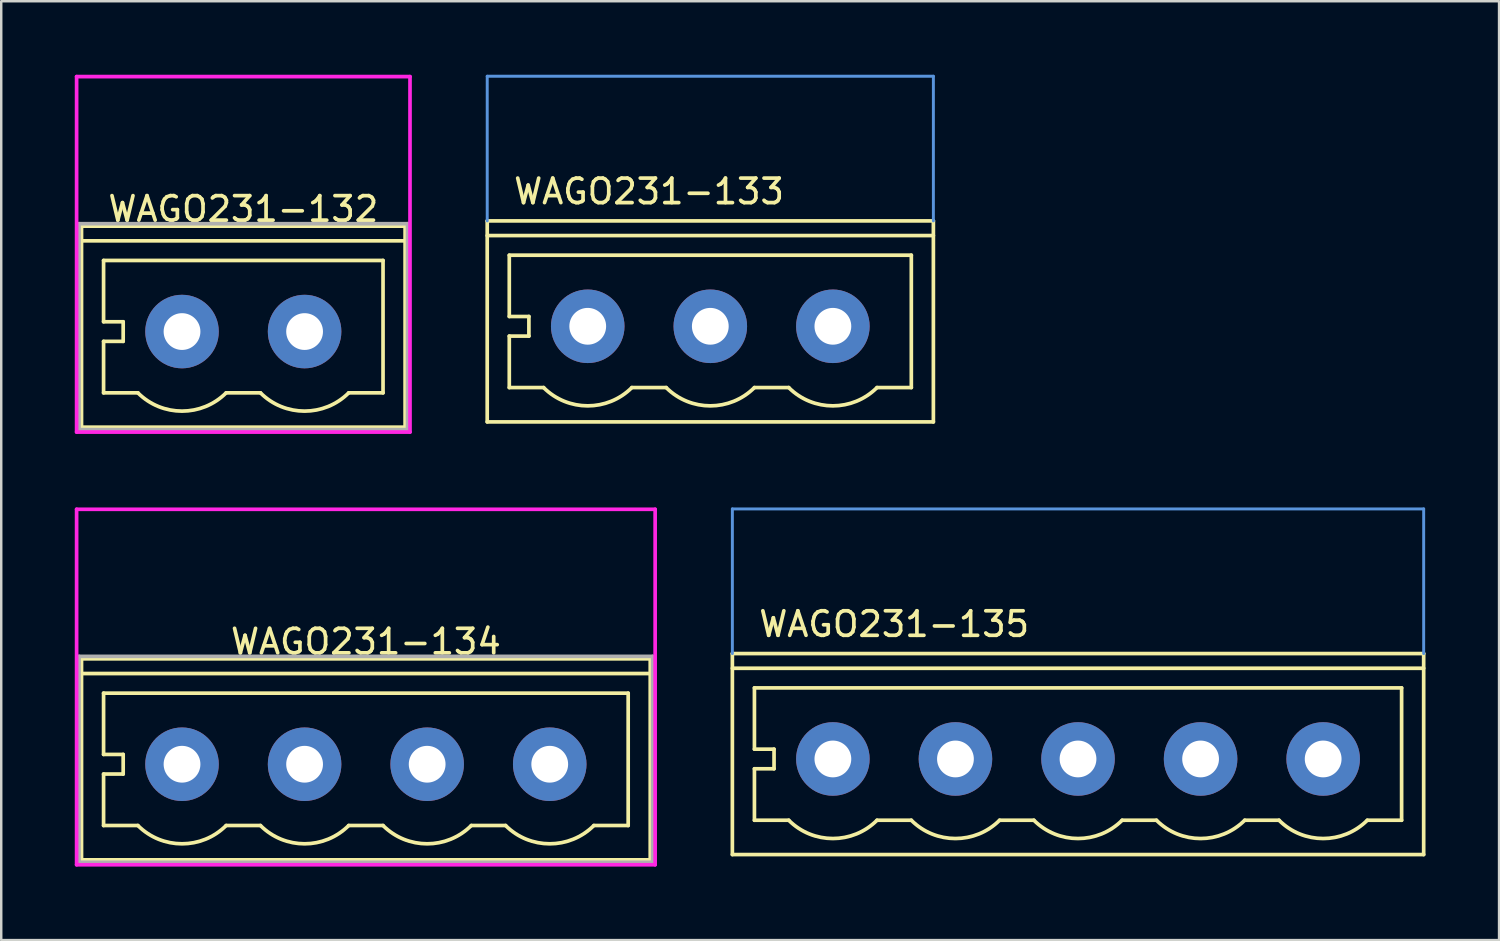
<source format=kicad_pcb>
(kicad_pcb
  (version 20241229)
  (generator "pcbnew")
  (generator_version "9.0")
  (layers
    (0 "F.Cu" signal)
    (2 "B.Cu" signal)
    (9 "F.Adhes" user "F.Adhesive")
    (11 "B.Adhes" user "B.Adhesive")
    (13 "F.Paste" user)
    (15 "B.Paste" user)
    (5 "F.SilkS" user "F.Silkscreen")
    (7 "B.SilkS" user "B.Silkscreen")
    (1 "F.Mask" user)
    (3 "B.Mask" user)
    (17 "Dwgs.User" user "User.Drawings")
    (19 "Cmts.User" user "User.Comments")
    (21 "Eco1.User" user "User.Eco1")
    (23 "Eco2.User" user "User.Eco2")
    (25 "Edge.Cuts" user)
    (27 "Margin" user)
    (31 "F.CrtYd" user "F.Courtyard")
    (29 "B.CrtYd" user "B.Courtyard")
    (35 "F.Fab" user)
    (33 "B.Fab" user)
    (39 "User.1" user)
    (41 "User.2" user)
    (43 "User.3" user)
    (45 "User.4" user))
  (footprint "WAGO231-134"
    (layer "F.Cu")
    (at 4.375 28.125)
    (property "Reference" "WAGO231-134" (at 7.5 -5 0) (layer "F.SilkS") (effects (font (size 1 1) (thickness 0.15))))
    (attr through_hole)
    (fp_line (start -4.1 -4.3) (end -4.1 3.9) (stroke (width 0.15) (type solid)) (layer "F.SilkS"))
    (fp_line (start -4.1 -4.3) (end 19.1 -4.3) (stroke (width 0.15) (type solid)) (layer "F.SilkS"))
    (fp_line (start -3.2 -2.9) (end 18.2 -2.9) (stroke (width 0.15) (type solid)) (layer "F.SilkS"))
    (fp_line (start -3.2 -0.4) (end -3.2 -2.9) (stroke (width 0.15) (type solid)) (layer "F.SilkS"))
    (fp_line (start -3.2 -0.4) (end -2.4 -0.4) (stroke (width 0.15) (type solid)) (layer "F.SilkS"))
    (fp_line (start -3.2 0.4) (end -3.2 2.5) (stroke (width 0.15) (type solid)) (layer "F.SilkS"))
    (fp_line (start -3.2 2.5) (end -1.8 2.5) (stroke (width 0.15) (type solid)) (layer "F.SilkS"))
    (fp_line (start -2.4 0.4) (end -3.2 0.4) (stroke (width 0.15) (type solid)) (layer "F.SilkS"))
    (fp_line (start -2.4 0.4) (end -2.4 -0.4) (stroke (width 0.15) (type solid)) (layer "F.SilkS"))
    (fp_line (start 1.8 2.5) (end 3.2 2.5) (stroke (width 0.15) (type solid)) (layer "F.SilkS"))
    (fp_line (start 6.8 2.5) (end 8.2 2.5) (stroke (width 0.15) (type solid)) (layer "F.SilkS"))
    (fp_line (start 11.8 2.5) (end 13.2 2.5) (stroke (width 0.15) (type solid)) (layer "F.SilkS"))
    (fp_line (start 16.8 2.5) (end 18.2 2.5) (stroke (width 0.15) (type solid)) (layer "F.SilkS"))
    (fp_line (start 18.2 2.5) (end 18.2 -2.9) (stroke (width 0.15) (type solid)) (layer "F.SilkS"))
    (fp_line (start 19.1 -3.7) (end -4.1 -3.7) (stroke (width 0.15) (type solid)) (layer "F.SilkS"))
    (fp_line (start 19.1 3.9) (end -4.1 3.9) (stroke (width 0.15) (type solid)) (layer "F.SilkS"))
    (fp_line (start 19.1 3.9) (end 19.1 -4.3) (stroke (width 0.15) (type solid)) (layer "F.SilkS"))
    (fp_arc (start 1.8 2.5) (mid 0 3.245584) (end -1.8 2.5) (stroke (width 0.15) (type solid)) (layer "F.SilkS"))
    (fp_arc (start 6.8 2.5) (mid 5 3.245584) (end 3.2 2.5) (stroke (width 0.15) (type solid)) (layer "F.SilkS"))
    (fp_arc (start 11.8 2.5) (mid 10 3.245584) (end 8.2 2.5) (stroke (width 0.15) (type solid)) (layer "F.SilkS"))
    (fp_arc (start 16.8 2.5) (mid 15 3.245584) (end 13.2 2.5) (stroke (width 0.15) (type solid)) (layer "F.SilkS"))
    (fp_line (start -4.3 -10.4) (end 19.3 -10.4) (stroke (width 0.15) (type solid)) (layer "F.CrtYd"))
    (fp_line (start -4.3 4.1) (end -4.3 -10.4) (stroke (width 0.15) (type solid)) (layer "F.CrtYd"))
    (fp_line (start 19.3 -10.4) (end 19.3 4.1) (stroke (width 0.15) (type solid)) (layer "F.CrtYd"))
    (fp_line (start 19.3 4.1) (end -4.3 4.1) (stroke (width 0.15) (type solid)) (layer "F.CrtYd"))
    (fp_line (start -4.2 -4.4) (end 19.2 -4.4) (stroke (width 0.15) (type solid)) (layer "F.Fab"))
    (fp_line (start -4.2 4) (end -4.2 -4.4) (stroke (width 0.15) (type solid)) (layer "F.Fab"))
    (fp_line (start 19.2 -4.4) (end 19.2 4) (stroke (width 0.15) (type solid)) (layer "F.Fab"))
    (fp_line (start 19.2 4) (end -4.2 4) (stroke (width 0.15) (type solid)) (layer "F.Fab"))
    (pad "1" thru_hole circle (at 0 0) (size 3 3) (drill 1.5) (layers "*.Cu" "*.Mask"))
    (pad "2" thru_hole circle (at 5 0) (size 3 3) (drill 1.5) (layers "*.Cu" "*.Mask"))
    (pad "3" thru_hole circle (at 10 0) (size 3 3) (drill 1.5) (layers "*.Cu" "*.Mask"))
    (pad "4" thru_hole circle (at 15 0) (size 3 3) (drill 1.5) (layers "*.Cu" "*.Mask")))
  (footprint "WAGO231-135"
    (layer "F.Cu")
    (at 30.925 27.91)
    (property "Reference" "WAGO231-135" (at 2.5 -5.5 0) (layer "F.SilkS") (effects (font (size 1 1) (thickness 0.15))))
    (attr through_hole)
    (fp_line (start -4.1 -4.3) (end -4.1 3.9) (stroke (width 0.15) (type solid)) (layer "F.SilkS"))
    (fp_line (start -4.1 -4.3) (end 24.1 -4.3) (stroke (width 0.15) (type solid)) (layer "F.SilkS"))
    (fp_line (start -3.2 -2.9) (end 23.2 -2.9) (stroke (width 0.15) (type solid)) (layer "F.SilkS"))
    (fp_line (start -3.2 -0.4) (end -3.2 -2.9) (stroke (width 0.15) (type solid)) (layer "F.SilkS"))
    (fp_line (start -3.2 -0.4) (end -2.4 -0.4) (stroke (width 0.15) (type solid)) (layer "F.SilkS"))
    (fp_line (start -3.2 0.4) (end -3.2 2.5) (stroke (width 0.15) (type solid)) (layer "F.SilkS"))
    (fp_line (start -3.2 2.5) (end -1.8 2.5) (stroke (width 0.15) (type solid)) (layer "F.SilkS"))
    (fp_line (start -2.4 0.4) (end -3.2 0.4) (stroke (width 0.15) (type solid)) (layer "F.SilkS"))
    (fp_line (start -2.4 0.4) (end -2.4 -0.4) (stroke (width 0.15) (type solid)) (layer "F.SilkS"))
    (fp_line (start 1.8 2.5) (end 3.2 2.5) (stroke (width 0.15) (type solid)) (layer "F.SilkS"))
    (fp_line (start 6.8 2.5) (end 8.2 2.5) (stroke (width 0.15) (type solid)) (layer "F.SilkS"))
    (fp_line (start 11.8 2.5) (end 13.2 2.5) (stroke (width 0.15) (type solid)) (layer "F.SilkS"))
    (fp_line (start 16.8 2.5) (end 18.2 2.5) (stroke (width 0.15) (type solid)) (layer "F.SilkS"))
    (fp_line (start 21.8 2.5) (end 23.2 2.5) (stroke (width 0.15) (type solid)) (layer "F.SilkS"))
    (fp_line (start 23.2 2.5) (end 23.2 -2.9) (stroke (width 0.15) (type solid)) (layer "F.SilkS"))
    (fp_line (start 24.1 -3.7) (end -4.1 -3.7) (stroke (width 0.15) (type solid)) (layer "F.SilkS"))
    (fp_line (start 24.1 3.9) (end -4.1 3.9) (stroke (width 0.15) (type solid)) (layer "F.SilkS"))
    (fp_line (start 24.1 3.9) (end 24.1 -4.3) (stroke (width 0.15) (type solid)) (layer "F.SilkS"))
    (fp_arc (start 1.8 2.5) (mid 0 3.245584) (end -1.8 2.5) (stroke (width 0.15) (type solid)) (layer "F.SilkS"))
    (fp_arc (start 6.8 2.5) (mid 5 3.245584) (end 3.2 2.5) (stroke (width 0.15) (type solid)) (layer "F.SilkS"))
    (fp_arc (start 11.8 2.5) (mid 10 3.245584) (end 8.2 2.5) (stroke (width 0.15) (type solid)) (layer "F.SilkS"))
    (fp_arc (start 16.8 2.5) (mid 15 3.245584) (end 13.2 2.5) (stroke (width 0.15) (type solid)) (layer "F.SilkS"))
    (fp_arc (start 21.8 2.5) (mid 20 3.245584) (end 18.2 2.5) (stroke (width 0.15) (type solid)) (layer "F.SilkS"))
    (fp_line (start -4.1 -4.3) (end -4.1 -10.2) (stroke (width 0.12) (type solid)) (layer "Cmts.User"))
    (fp_line (start 24.1 -10.2) (end -4.1 -10.2) (stroke (width 0.12) (type solid)) (layer "Cmts.User"))
    (fp_line (start 24.1 -4.3) (end 24.1 -10.2) (stroke (width 0.12) (type solid)) (layer "Cmts.User"))
    (pad "1" thru_hole circle (at 0 0) (size 3 3) (drill 1.5) (layers "*.Cu" "*.Mask"))
    (pad "2" thru_hole circle (at 5 0) (size 3 3) (drill 1.5) (layers "*.Cu" "*.Mask"))
    (pad "3" thru_hole circle (at 10 0) (size 3 3) (drill 1.5) (layers "*.Cu" "*.Mask"))
    (pad "4" thru_hole circle (at 15 0) (size 3 3) (drill 1.5) (layers "*.Cu" "*.Mask"))
    (pad "5" thru_hole circle (at 20 0) (size 3 3) (drill 1.5) (layers "*.Cu" "*.Mask")))
  (footprint "WAGO231-133"
    (layer "F.Cu")
    (at 20.925 10.26)
    (property "Reference" "WAGO231-133" (at 2.5 -5.5 0) (layer "F.SilkS") (effects (font (size 1 1) (thickness 0.15))))
    (attr through_hole)
    (fp_line (start -4.1 -4.3) (end -4.1 3.9) (stroke (width 0.15) (type solid)) (layer "F.SilkS"))
    (fp_line (start -4.1 -4.3) (end 14.1 -4.3) (stroke (width 0.15) (type solid)) (layer "F.SilkS"))
    (fp_line (start -3.2 -2.9) (end 13.2 -2.9) (stroke (width 0.15) (type solid)) (layer "F.SilkS"))
    (fp_line (start -3.2 -0.4) (end -3.2 -2.9) (stroke (width 0.15) (type solid)) (layer "F.SilkS"))
    (fp_line (start -3.2 -0.4) (end -2.4 -0.4) (stroke (width 0.15) (type solid)) (layer "F.SilkS"))
    (fp_line (start -3.2 0.4) (end -3.2 2.5) (stroke (width 0.15) (type solid)) (layer "F.SilkS"))
    (fp_line (start -3.2 2.5) (end -1.8 2.5) (stroke (width 0.15) (type solid)) (layer "F.SilkS"))
    (fp_line (start -2.4 0.4) (end -3.2 0.4) (stroke (width 0.15) (type solid)) (layer "F.SilkS"))
    (fp_line (start -2.4 0.4) (end -2.4 -0.4) (stroke (width 0.15) (type solid)) (layer "F.SilkS"))
    (fp_line (start 1.8 2.5) (end 3.2 2.5) (stroke (width 0.15) (type solid)) (layer "F.SilkS"))
    (fp_line (start 6.8 2.5) (end 8.2 2.5) (stroke (width 0.15) (type solid)) (layer "F.SilkS"))
    (fp_line (start 11.8 2.5) (end 13.2 2.5) (stroke (width 0.15) (type solid)) (layer "F.SilkS"))
    (fp_line (start 13.2 2.5) (end 13.2 -2.9) (stroke (width 0.15) (type solid)) (layer "F.SilkS"))
    (fp_line (start 14.1 -3.7) (end -4.1 -3.7) (stroke (width 0.15) (type solid)) (layer "F.SilkS"))
    (fp_line (start 14.1 3.9) (end -4.1 3.9) (stroke (width 0.15) (type solid)) (layer "F.SilkS"))
    (fp_line (start 14.1 3.9) (end 14.1 -4.3) (stroke (width 0.15) (type solid)) (layer "F.SilkS"))
    (fp_arc (start 1.8 2.5) (mid 0 3.245584) (end -1.8 2.5) (stroke (width 0.15) (type solid)) (layer "F.SilkS"))
    (fp_arc (start 6.8 2.5) (mid 5 3.245584) (end 3.2 2.5) (stroke (width 0.15) (type solid)) (layer "F.SilkS"))
    (fp_arc (start 11.8 2.5) (mid 10 3.245584) (end 8.2 2.5) (stroke (width 0.15) (type solid)) (layer "F.SilkS"))
    (fp_line (start -4.1 -10.2) (end 14.1 -10.2) (stroke (width 0.12) (type solid)) (layer "Cmts.User"))
    (fp_line (start -4.1 -4.3) (end -4.1 -10.2) (stroke (width 0.12) (type solid)) (layer "Cmts.User"))
    (fp_line (start 14.1 -10.2) (end 14.1 -4.3) (stroke (width 0.12) (type solid)) (layer "Cmts.User"))
    (pad "1" thru_hole circle (at 0 0) (size 3 3) (drill 1.5) (layers "*.Cu" "*.Mask"))
    (pad "2" thru_hole circle (at 5 0) (size 3 3) (drill 1.5) (layers "*.Cu" "*.Mask"))
    (pad "3" thru_hole circle (at 10 0) (size 3 3) (drill 1.5) (layers "*.Cu" "*.Mask")))
  (footprint "WAGO231-132"
    (layer "F.Cu")
    (at 4.375 10.475)
    (property "Reference" "WAGO231-132" (at 2.5 -5 0) (layer "F.SilkS") (effects (font (size 1 1) (thickness 0.15))))
    (attr through_hole)
    (fp_line (start -4.1 -4.3) (end -4.1 3.9) (stroke (width 0.15) (type solid)) (layer "F.SilkS"))
    (fp_line (start -4.1 -4.3) (end 9.1 -4.3) (stroke (width 0.15) (type solid)) (layer "F.SilkS"))
    (fp_line (start -3.2 -2.9) (end 8.2 -2.9) (stroke (width 0.15) (type solid)) (layer "F.SilkS"))
    (fp_line (start -3.2 -0.4) (end -3.2 -2.9) (stroke (width 0.15) (type solid)) (layer "F.SilkS"))
    (fp_line (start -3.2 -0.4) (end -2.4 -0.4) (stroke (width 0.15) (type solid)) (layer "F.SilkS"))
    (fp_line (start -3.2 0.4) (end -3.2 2.5) (stroke (width 0.15) (type solid)) (layer "F.SilkS"))
    (fp_line (start -3.2 2.5) (end -1.8 2.5) (stroke (width 0.15) (type solid)) (layer "F.SilkS"))
    (fp_line (start -2.4 0.4) (end -3.2 0.4) (stroke (width 0.15) (type solid)) (layer "F.SilkS"))
    (fp_line (start -2.4 0.4) (end -2.4 -0.4) (stroke (width 0.15) (type solid)) (layer "F.SilkS"))
    (fp_line (start 1.8 2.5) (end 3.2 2.5) (stroke (width 0.15) (type solid)) (layer "F.SilkS"))
    (fp_line (start 6.8 2.5) (end 8.2 2.5) (stroke (width 0.15) (type solid)) (layer "F.SilkS"))
    (fp_line (start 8.2 2.5) (end 8.2 -2.9) (stroke (width 0.15) (type solid)) (layer "F.SilkS"))
    (fp_line (start 9.1 -3.7) (end -4.1 -3.7) (stroke (width 0.15) (type solid)) (layer "F.SilkS"))
    (fp_line (start 9.1 3.9) (end -4.1 3.9) (stroke (width 0.15) (type solid)) (layer "F.SilkS"))
    (fp_line (start 9.1 3.9) (end 9.1 -4.3) (stroke (width 0.15) (type solid)) (layer "F.SilkS"))
    (fp_arc (start 1.8 2.5) (mid 0 3.245584) (end -1.8 2.5) (stroke (width 0.15) (type solid)) (layer "F.SilkS"))
    (fp_arc (start 6.8 2.5) (mid 5 3.245584) (end 3.2 2.5) (stroke (width 0.15) (type solid)) (layer "F.SilkS"))
    (fp_line (start -4.3 -10.4) (end 9.3 -10.4) (stroke (width 0.15) (type solid)) (layer "F.CrtYd"))
    (fp_line (start -4.3 4.1) (end -4.3 -10.4) (stroke (width 0.15) (type solid)) (layer "F.CrtYd"))
    (fp_line (start -4.3 4.1) (end 9.3 4.1) (stroke (width 0.15) (type solid)) (layer "F.CrtYd"))
    (fp_line (start 9.3 -10.4) (end 9.3 4.1) (stroke (width 0.15) (type solid)) (layer "F.CrtYd"))
    (fp_line (start -4.2 -4.4) (end 9.2 -4.4) (stroke (width 0.15) (type solid)) (layer "F.Fab"))
    (fp_line (start -4.2 4) (end -4.2 -4.4) (stroke (width 0.15) (type solid)) (layer "F.Fab"))
    (fp_line (start 9.2 -4.4) (end 9.2 4) (stroke (width 0.15) (type solid)) (layer "F.Fab"))
    (fp_line (start 9.2 4) (end -4.2 4) (stroke (width 0.15) (type solid)) (layer "F.Fab"))
    (pad "1" thru_hole circle (at 0 0) (size 3 3) (drill 1.5) (layers "*.Cu" "*.Mask"))
    (pad "2" thru_hole circle (at 5 0) (size 3 3) (drill 1.5) (layers "*.Cu" "*.Mask")))
  (gr_rect
    (start -3 -3)
    (end 58.1 35.3)
    (stroke (width 0.1) (type default))
    (fill no)
    (layer "Edge.Cuts")))
</source>
